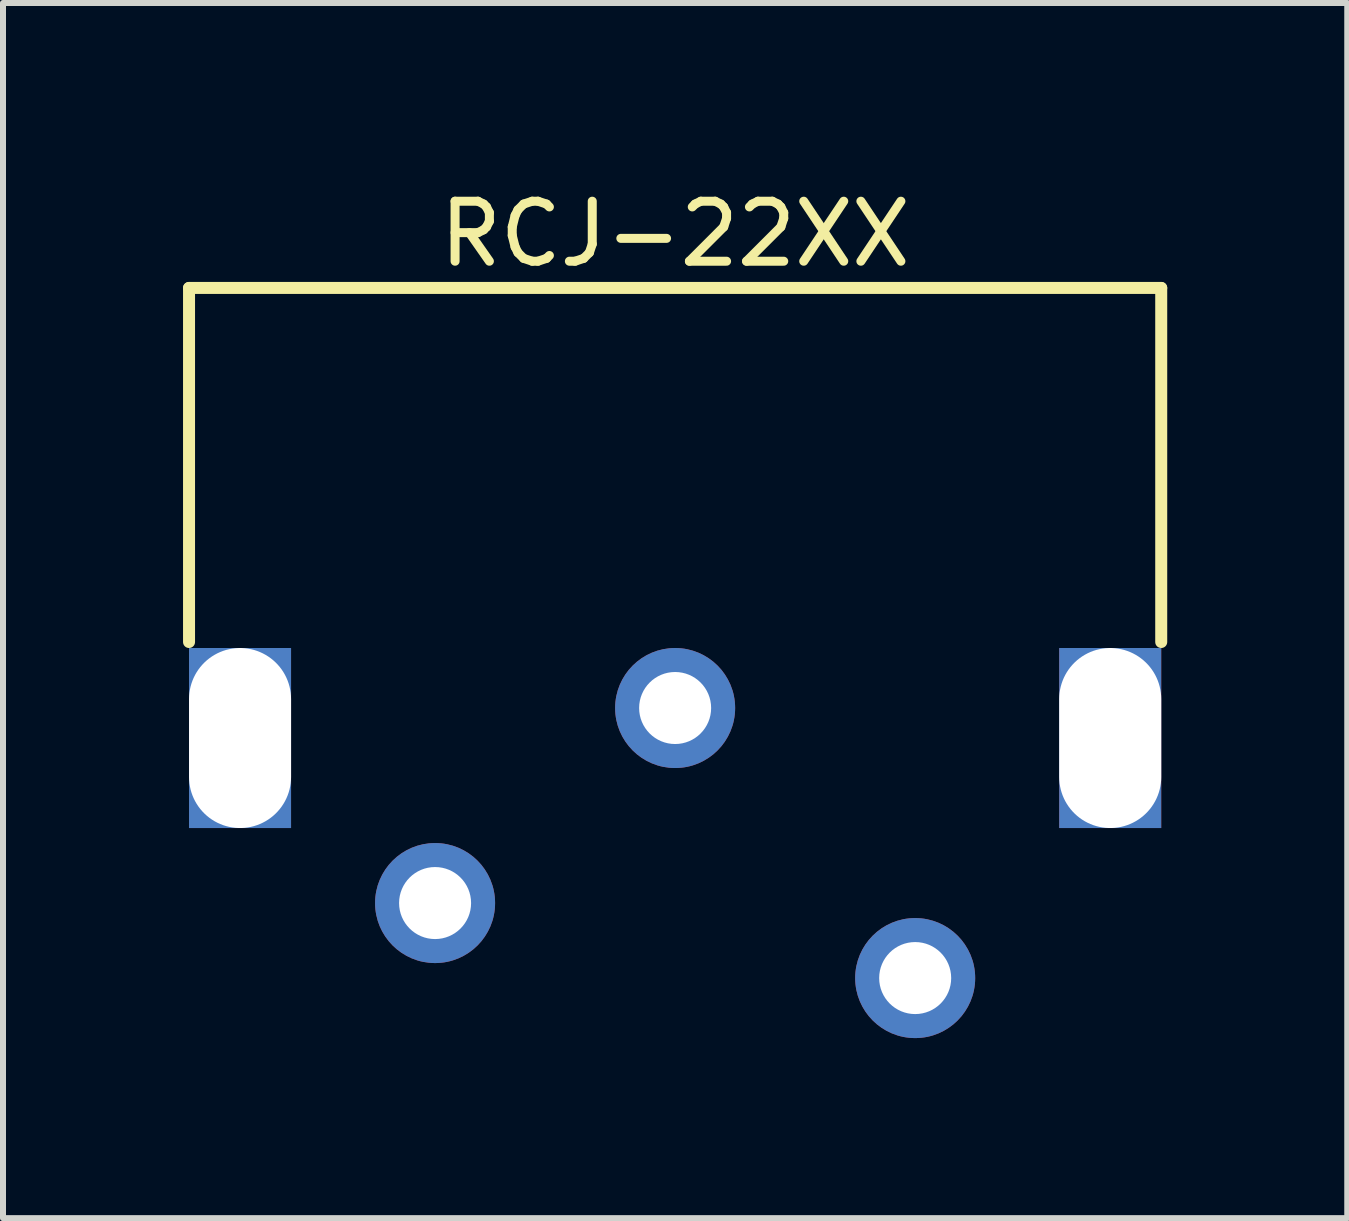
<source format=kicad_pcb>
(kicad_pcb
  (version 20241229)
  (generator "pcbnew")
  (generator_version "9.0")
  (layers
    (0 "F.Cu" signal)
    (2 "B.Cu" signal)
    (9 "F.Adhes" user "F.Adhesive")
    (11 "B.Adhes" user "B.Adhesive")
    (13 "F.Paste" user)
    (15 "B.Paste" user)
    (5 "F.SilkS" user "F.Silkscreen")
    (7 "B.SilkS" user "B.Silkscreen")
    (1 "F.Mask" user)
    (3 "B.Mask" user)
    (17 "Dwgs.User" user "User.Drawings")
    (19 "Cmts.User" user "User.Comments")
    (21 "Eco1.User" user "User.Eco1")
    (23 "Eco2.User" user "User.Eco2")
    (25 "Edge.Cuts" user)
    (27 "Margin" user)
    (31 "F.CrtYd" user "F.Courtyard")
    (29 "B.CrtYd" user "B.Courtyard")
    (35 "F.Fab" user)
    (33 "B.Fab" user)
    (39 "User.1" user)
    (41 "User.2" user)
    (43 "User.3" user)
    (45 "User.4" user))
  (footprint "RCJ-22XX"
    (layer "F.Cu")
    (at 8.2 1.748)
    (property "Reference" "RCJ-22XX" (at 0 -0.9 0) (layer "F.SilkS") (effects (font (size 1 1) (thickness 0.15))))
    (attr through_hole)
    (fp_line (start -8.1 0) (end -8.1 5.9) (stroke (width 0.2) (type solid)) (layer "F.SilkS"))
    (fp_line (start -8.1 0) (end 8.1 0) (stroke (width 0.2) (type solid)) (layer "F.SilkS"))
    (fp_line (start 8.1 0) (end 8.1 5.9) (stroke (width 0.2) (type solid)) (layer "F.SilkS"))
    (pad "" np_thru_hole rect (at -7.25 7.5) (size 1.7 3) (drill oval 1.7 3) (layers "*.Cu" "*.Mask"))
    (pad "" np_thru_hole rect (at 7.25 7.5) (size 1.7 3) (drill oval 1.7 3) (layers "*.Cu" "*.Mask"))
    (pad "1" thru_hole circle (at 4 11.5) (size 2 2) (drill 1.2) (layers "*.Cu" "*.Mask"))
    (pad "2" thru_hole circle (at -4 10.25) (size 2 2) (drill 1.2) (layers "*.Cu" "*.Mask"))
    (pad "3" thru_hole circle (at 0 7) (size 2 2) (drill 1.2) (layers "*.Cu" "*.Mask")))
  (gr_rect
    (start -3 -3)
    (end 19.4 17.248)
    (stroke (width 0.1) (type default))
    (fill no)
    (layer "Edge.Cuts")))
</source>
